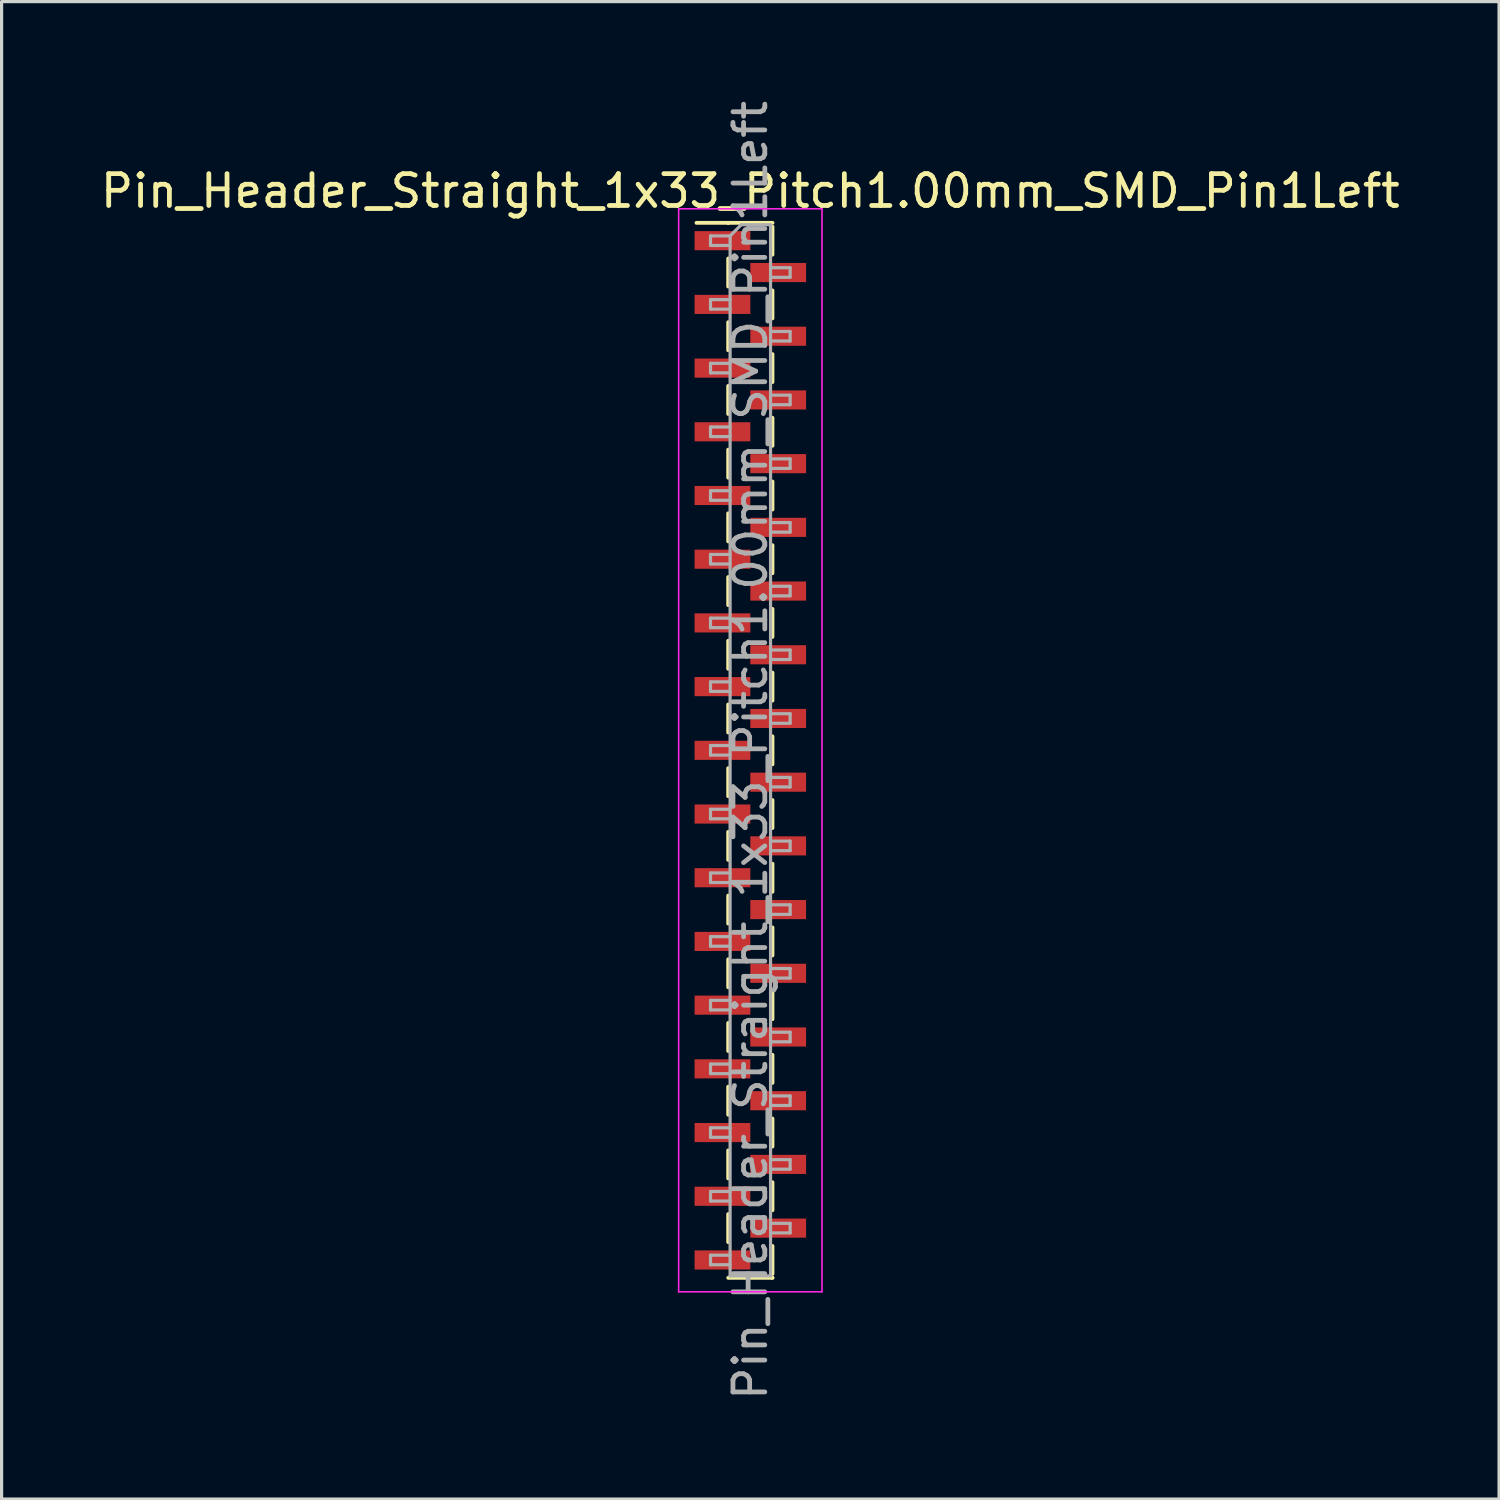
<source format=kicad_pcb>
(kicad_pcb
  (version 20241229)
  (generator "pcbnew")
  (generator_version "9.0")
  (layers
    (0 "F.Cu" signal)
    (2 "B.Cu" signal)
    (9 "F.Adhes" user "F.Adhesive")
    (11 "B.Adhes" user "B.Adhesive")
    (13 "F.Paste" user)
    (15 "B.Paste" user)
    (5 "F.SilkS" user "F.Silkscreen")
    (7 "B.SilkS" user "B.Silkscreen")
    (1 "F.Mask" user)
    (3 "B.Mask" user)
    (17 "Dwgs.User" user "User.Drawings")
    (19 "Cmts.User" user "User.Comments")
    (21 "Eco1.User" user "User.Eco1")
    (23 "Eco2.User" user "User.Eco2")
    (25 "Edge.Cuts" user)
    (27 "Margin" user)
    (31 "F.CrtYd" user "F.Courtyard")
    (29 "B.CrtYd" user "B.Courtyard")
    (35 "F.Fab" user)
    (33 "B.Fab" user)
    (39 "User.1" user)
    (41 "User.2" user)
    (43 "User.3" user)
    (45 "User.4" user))
  (footprint "Pin_Header_Straight_1x33_Pitch1.00mm_SMD_Pin1Left"
    (layer "F.Cu")
    (at 20.506 20.506)
    (property "Reference" "Pin_Header_Straight_1x33_Pitch1.00mm_SMD_Pin1Left" (at 0 -17.56 0) (layer "F.SilkS") (effects (font (size 1 1) (thickness 0.15))))
    (attr smd)
    (fp_line (start -0.695 -16.56) (end -1.69 -16.56) (stroke (width 0.12) (type solid)) (layer "F.SilkS"))
    (fp_line (start -0.695 -16.56) (end -0.695 -16.56) (stroke (width 0.12) (type solid)) (layer "F.SilkS"))
    (fp_line (start -0.695 -16.56) (end 0.695 -16.56) (stroke (width 0.12) (type solid)) (layer "F.SilkS"))
    (fp_line (start -0.695 -15.44) (end -0.695 -14.56) (stroke (width 0.12) (type solid)) (layer "F.SilkS"))
    (fp_line (start -0.695 -13.44) (end -0.695 -12.56) (stroke (width 0.12) (type solid)) (layer "F.SilkS"))
    (fp_line (start -0.695 -11.44) (end -0.695 -10.56) (stroke (width 0.12) (type solid)) (layer "F.SilkS"))
    (fp_line (start -0.695 -9.44) (end -0.695 -8.56) (stroke (width 0.12) (type solid)) (layer "F.SilkS"))
    (fp_line (start -0.695 -7.44) (end -0.695 -6.56) (stroke (width 0.12) (type solid)) (layer "F.SilkS"))
    (fp_line (start -0.695 -5.44) (end -0.695 -4.56) (stroke (width 0.12) (type solid)) (layer "F.SilkS"))
    (fp_line (start -0.695 -3.44) (end -0.695 -2.56) (stroke (width 0.12) (type solid)) (layer "F.SilkS"))
    (fp_line (start -0.695 -1.44) (end -0.695 -0.56) (stroke (width 0.12) (type solid)) (layer "F.SilkS"))
    (fp_line (start -0.695 0.56) (end -0.695 1.44) (stroke (width 0.12) (type solid)) (layer "F.SilkS"))
    (fp_line (start -0.695 2.56) (end -0.695 3.44) (stroke (width 0.12) (type solid)) (layer "F.SilkS"))
    (fp_line (start -0.695 4.56) (end -0.695 5.44) (stroke (width 0.12) (type solid)) (layer "F.SilkS"))
    (fp_line (start -0.695 6.56) (end -0.695 7.44) (stroke (width 0.12) (type solid)) (layer "F.SilkS"))
    (fp_line (start -0.695 8.56) (end -0.695 9.44) (stroke (width 0.12) (type solid)) (layer "F.SilkS"))
    (fp_line (start -0.695 10.56) (end -0.695 11.44) (stroke (width 0.12) (type solid)) (layer "F.SilkS"))
    (fp_line (start -0.695 12.56) (end -0.695 13.44) (stroke (width 0.12) (type solid)) (layer "F.SilkS"))
    (fp_line (start -0.695 14.56) (end -0.695 15.44) (stroke (width 0.12) (type solid)) (layer "F.SilkS"))
    (fp_line (start -0.695 16.56) (end 0.695 16.56) (stroke (width 0.12) (type solid)) (layer "F.SilkS"))
    (fp_line (start 0.695 -16.44) (end 0.695 -15.56) (stroke (width 0.12) (type solid)) (layer "F.SilkS"))
    (fp_line (start 0.695 -14.44) (end 0.695 -13.56) (stroke (width 0.12) (type solid)) (layer "F.SilkS"))
    (fp_line (start 0.695 -12.44) (end 0.695 -11.56) (stroke (width 0.12) (type solid)) (layer "F.SilkS"))
    (fp_line (start 0.695 -10.44) (end 0.695 -9.56) (stroke (width 0.12) (type solid)) (layer "F.SilkS"))
    (fp_line (start 0.695 -8.44) (end 0.695 -7.56) (stroke (width 0.12) (type solid)) (layer "F.SilkS"))
    (fp_line (start 0.695 -6.44) (end 0.695 -5.56) (stroke (width 0.12) (type solid)) (layer "F.SilkS"))
    (fp_line (start 0.695 -4.44) (end 0.695 -3.56) (stroke (width 0.12) (type solid)) (layer "F.SilkS"))
    (fp_line (start 0.695 -2.44) (end 0.695 -1.56) (stroke (width 0.12) (type solid)) (layer "F.SilkS"))
    (fp_line (start 0.695 -0.44) (end 0.695 0.44) (stroke (width 0.12) (type solid)) (layer "F.SilkS"))
    (fp_line (start 0.695 1.56) (end 0.695 2.44) (stroke (width 0.12) (type solid)) (layer "F.SilkS"))
    (fp_line (start 0.695 3.56) (end 0.695 4.44) (stroke (width 0.12) (type solid)) (layer "F.SilkS"))
    (fp_line (start 0.695 5.56) (end 0.695 6.44) (stroke (width 0.12) (type solid)) (layer "F.SilkS"))
    (fp_line (start 0.695 7.56) (end 0.695 8.44) (stroke (width 0.12) (type solid)) (layer "F.SilkS"))
    (fp_line (start 0.695 9.56) (end 0.695 10.44) (stroke (width 0.12) (type solid)) (layer "F.SilkS"))
    (fp_line (start 0.695 11.56) (end 0.695 12.44) (stroke (width 0.12) (type solid)) (layer "F.SilkS"))
    (fp_line (start 0.695 13.56) (end 0.695 14.44) (stroke (width 0.12) (type solid)) (layer "F.SilkS"))
    (fp_line (start 0.695 15.56) (end 0.695 16.44) (stroke (width 0.12) (type solid)) (layer "F.SilkS"))
    (fp_line (start 0.695 16.56) (end 0.695 16.56) (stroke (width 0.12) (type solid)) (layer "F.SilkS"))
    (fp_line (start -2.25 -17) (end -2.25 17) (stroke (width 0.05) (type solid)) (layer "F.CrtYd"))
    (fp_line (start -2.25 17) (end 2.25 17) (stroke (width 0.05) (type solid)) (layer "F.CrtYd"))
    (fp_line (start 2.25 -17) (end -2.25 -17) (stroke (width 0.05) (type solid)) (layer "F.CrtYd"))
    (fp_line (start 2.25 17) (end 2.25 -17) (stroke (width 0.05) (type solid)) (layer "F.CrtYd"))
    (fp_line (start -1.25 -16.15) (end -1.25 -15.85) (stroke (width 0.1) (type solid)) (layer "F.Fab"))
    (fp_line (start -1.25 -15.85) (end -0.635 -15.85) (stroke (width 0.1) (type solid)) (layer "F.Fab"))
    (fp_line (start -1.25 -14.15) (end -1.25 -13.85) (stroke (width 0.1) (type solid)) (layer "F.Fab"))
    (fp_line (start -1.25 -13.85) (end -0.635 -13.85) (stroke (width 0.1) (type solid)) (layer "F.Fab"))
    (fp_line (start -1.25 -12.15) (end -1.25 -11.85) (stroke (width 0.1) (type solid)) (layer "F.Fab"))
    (fp_line (start -1.25 -11.85) (end -0.635 -11.85) (stroke (width 0.1) (type solid)) (layer "F.Fab"))
    (fp_line (start -1.25 -10.15) (end -1.25 -9.85) (stroke (width 0.1) (type solid)) (layer "F.Fab"))
    (fp_line (start -1.25 -9.85) (end -0.635 -9.85) (stroke (width 0.1) (type solid)) (layer "F.Fab"))
    (fp_line (start -1.25 -8.15) (end -1.25 -7.85) (stroke (width 0.1) (type solid)) (layer "F.Fab"))
    (fp_line (start -1.25 -7.85) (end -0.635 -7.85) (stroke (width 0.1) (type solid)) (layer "F.Fab"))
    (fp_line (start -1.25 -6.15) (end -1.25 -5.85) (stroke (width 0.1) (type solid)) (layer "F.Fab"))
    (fp_line (start -1.25 -5.85) (end -0.635 -5.85) (stroke (width 0.1) (type solid)) (layer "F.Fab"))
    (fp_line (start -1.25 -4.15) (end -1.25 -3.85) (stroke (width 0.1) (type solid)) (layer "F.Fab"))
    (fp_line (start -1.25 -3.85) (end -0.635 -3.85) (stroke (width 0.1) (type solid)) (layer "F.Fab"))
    (fp_line (start -1.25 -2.15) (end -1.25 -1.85) (stroke (width 0.1) (type solid)) (layer "F.Fab"))
    (fp_line (start -1.25 -1.85) (end -0.635 -1.85) (stroke (width 0.1) (type solid)) (layer "F.Fab"))
    (fp_line (start -1.25 -0.15) (end -1.25 0.15) (stroke (width 0.1) (type solid)) (layer "F.Fab"))
    (fp_line (start -1.25 0.15) (end -0.635 0.15) (stroke (width 0.1) (type solid)) (layer "F.Fab"))
    (fp_line (start -1.25 1.85) (end -1.25 2.15) (stroke (width 0.1) (type solid)) (layer "F.Fab"))
    (fp_line (start -1.25 2.15) (end -0.635 2.15) (stroke (width 0.1) (type solid)) (layer "F.Fab"))
    (fp_line (start -1.25 3.85) (end -1.25 4.15) (stroke (width 0.1) (type solid)) (layer "F.Fab"))
    (fp_line (start -1.25 4.15) (end -0.635 4.15) (stroke (width 0.1) (type solid)) (layer "F.Fab"))
    (fp_line (start -1.25 5.85) (end -1.25 6.15) (stroke (width 0.1) (type solid)) (layer "F.Fab"))
    (fp_line (start -1.25 6.15) (end -0.635 6.15) (stroke (width 0.1) (type solid)) (layer "F.Fab"))
    (fp_line (start -1.25 7.85) (end -1.25 8.15) (stroke (width 0.1) (type solid)) (layer "F.Fab"))
    (fp_line (start -1.25 8.15) (end -0.635 8.15) (stroke (width 0.1) (type solid)) (layer "F.Fab"))
    (fp_line (start -1.25 9.85) (end -1.25 10.15) (stroke (width 0.1) (type solid)) (layer "F.Fab"))
    (fp_line (start -1.25 10.15) (end -0.635 10.15) (stroke (width 0.1) (type solid)) (layer "F.Fab"))
    (fp_line (start -1.25 11.85) (end -1.25 12.15) (stroke (width 0.1) (type solid)) (layer "F.Fab"))
    (fp_line (start -1.25 12.15) (end -0.635 12.15) (stroke (width 0.1) (type solid)) (layer "F.Fab"))
    (fp_line (start -1.25 13.85) (end -1.25 14.15) (stroke (width 0.1) (type solid)) (layer "F.Fab"))
    (fp_line (start -1.25 14.15) (end -0.635 14.15) (stroke (width 0.1) (type solid)) (layer "F.Fab"))
    (fp_line (start -1.25 15.85) (end -1.25 16.15) (stroke (width 0.1) (type solid)) (layer "F.Fab"))
    (fp_line (start -1.25 16.15) (end -0.635 16.15) (stroke (width 0.1) (type solid)) (layer "F.Fab"))
    (fp_line (start -0.635 -16.15) (end -1.25 -16.15) (stroke (width 0.1) (type solid)) (layer "F.Fab"))
    (fp_line (start -0.635 -16.15) (end -0.285 -16.5) (stroke (width 0.1) (type solid)) (layer "F.Fab"))
    (fp_line (start -0.635 -14.15) (end -1.25 -14.15) (stroke (width 0.1) (type solid)) (layer "F.Fab"))
    (fp_line (start -0.635 -12.15) (end -1.25 -12.15) (stroke (width 0.1) (type solid)) (layer "F.Fab"))
    (fp_line (start -0.635 -10.15) (end -1.25 -10.15) (stroke (width 0.1) (type solid)) (layer "F.Fab"))
    (fp_line (start -0.635 -8.15) (end -1.25 -8.15) (stroke (width 0.1) (type solid)) (layer "F.Fab"))
    (fp_line (start -0.635 -6.15) (end -1.25 -6.15) (stroke (width 0.1) (type solid)) (layer "F.Fab"))
    (fp_line (start -0.635 -4.15) (end -1.25 -4.15) (stroke (width 0.1) (type solid)) (layer "F.Fab"))
    (fp_line (start -0.635 -2.15) (end -1.25 -2.15) (stroke (width 0.1) (type solid)) (layer "F.Fab"))
    (fp_line (start -0.635 -0.15) (end -1.25 -0.15) (stroke (width 0.1) (type solid)) (layer "F.Fab"))
    (fp_line (start -0.635 1.85) (end -1.25 1.85) (stroke (width 0.1) (type solid)) (layer "F.Fab"))
    (fp_line (start -0.635 3.85) (end -1.25 3.85) (stroke (width 0.1) (type solid)) (layer "F.Fab"))
    (fp_line (start -0.635 5.85) (end -1.25 5.85) (stroke (width 0.1) (type solid)) (layer "F.Fab"))
    (fp_line (start -0.635 7.85) (end -1.25 7.85) (stroke (width 0.1) (type solid)) (layer "F.Fab"))
    (fp_line (start -0.635 9.85) (end -1.25 9.85) (stroke (width 0.1) (type solid)) (layer "F.Fab"))
    (fp_line (start -0.635 11.85) (end -1.25 11.85) (stroke (width 0.1) (type solid)) (layer "F.Fab"))
    (fp_line (start -0.635 13.85) (end -1.25 13.85) (stroke (width 0.1) (type solid)) (layer "F.Fab"))
    (fp_line (start -0.635 15.85) (end -1.25 15.85) (stroke (width 0.1) (type solid)) (layer "F.Fab"))
    (fp_line (start -0.635 16.5) (end -0.635 -16.15) (stroke (width 0.1) (type solid)) (layer "F.Fab"))
    (fp_line (start -0.285 -16.5) (end 0.635 -16.5) (stroke (width 0.1) (type solid)) (layer "F.Fab"))
    (fp_line (start 0.635 -16.5) (end 0.635 16.5) (stroke (width 0.1) (type solid)) (layer "F.Fab"))
    (fp_line (start 0.635 -15.15) (end 1.25 -15.15) (stroke (width 0.1) (type solid)) (layer "F.Fab"))
    (fp_line (start 0.635 -13.15) (end 1.25 -13.15) (stroke (width 0.1) (type solid)) (layer "F.Fab"))
    (fp_line (start 0.635 -11.15) (end 1.25 -11.15) (stroke (width 0.1) (type solid)) (layer "F.Fab"))
    (fp_line (start 0.635 -9.15) (end 1.25 -9.15) (stroke (width 0.1) (type solid)) (layer "F.Fab"))
    (fp_line (start 0.635 -7.15) (end 1.25 -7.15) (stroke (width 0.1) (type solid)) (layer "F.Fab"))
    (fp_line (start 0.635 -5.15) (end 1.25 -5.15) (stroke (width 0.1) (type solid)) (layer "F.Fab"))
    (fp_line (start 0.635 -3.15) (end 1.25 -3.15) (stroke (width 0.1) (type solid)) (layer "F.Fab"))
    (fp_line (start 0.635 -1.15) (end 1.25 -1.15) (stroke (width 0.1) (type solid)) (layer "F.Fab"))
    (fp_line (start 0.635 0.85) (end 1.25 0.85) (stroke (width 0.1) (type solid)) (layer "F.Fab"))
    (fp_line (start 0.635 2.85) (end 1.25 2.85) (stroke (width 0.1) (type solid)) (layer "F.Fab"))
    (fp_line (start 0.635 4.85) (end 1.25 4.85) (stroke (width 0.1) (type solid)) (layer "F.Fab"))
    (fp_line (start 0.635 6.85) (end 1.25 6.85) (stroke (width 0.1) (type solid)) (layer "F.Fab"))
    (fp_line (start 0.635 8.85) (end 1.25 8.85) (stroke (width 0.1) (type solid)) (layer "F.Fab"))
    (fp_line (start 0.635 10.85) (end 1.25 10.85) (stroke (width 0.1) (type solid)) (layer "F.Fab"))
    (fp_line (start 0.635 12.85) (end 1.25 12.85) (stroke (width 0.1) (type solid)) (layer "F.Fab"))
    (fp_line (start 0.635 14.85) (end 1.25 14.85) (stroke (width 0.1) (type solid)) (layer "F.Fab"))
    (fp_line (start 0.635 16.5) (end -0.635 16.5) (stroke (width 0.1) (type solid)) (layer "F.Fab"))
    (fp_line (start 1.25 -15.15) (end 1.25 -14.85) (stroke (width 0.1) (type solid)) (layer "F.Fab"))
    (fp_line (start 1.25 -14.85) (end 0.635 -14.85) (stroke (width 0.1) (type solid)) (layer "F.Fab"))
    (fp_line (start 1.25 -13.15) (end 1.25 -12.85) (stroke (width 0.1) (type solid)) (layer "F.Fab"))
    (fp_line (start 1.25 -12.85) (end 0.635 -12.85) (stroke (width 0.1) (type solid)) (layer "F.Fab"))
    (fp_line (start 1.25 -11.15) (end 1.25 -10.85) (stroke (width 0.1) (type solid)) (layer "F.Fab"))
    (fp_line (start 1.25 -10.85) (end 0.635 -10.85) (stroke (width 0.1) (type solid)) (layer "F.Fab"))
    (fp_line (start 1.25 -9.15) (end 1.25 -8.85) (stroke (width 0.1) (type solid)) (layer "F.Fab"))
    (fp_line (start 1.25 -8.85) (end 0.635 -8.85) (stroke (width 0.1) (type solid)) (layer "F.Fab"))
    (fp_line (start 1.25 -7.15) (end 1.25 -6.85) (stroke (width 0.1) (type solid)) (layer "F.Fab"))
    (fp_line (start 1.25 -6.85) (end 0.635 -6.85) (stroke (width 0.1) (type solid)) (layer "F.Fab"))
    (fp_line (start 1.25 -5.15) (end 1.25 -4.85) (stroke (width 0.1) (type solid)) (layer "F.Fab"))
    (fp_line (start 1.25 -4.85) (end 0.635 -4.85) (stroke (width 0.1) (type solid)) (layer "F.Fab"))
    (fp_line (start 1.25 -3.15) (end 1.25 -2.85) (stroke (width 0.1) (type solid)) (layer "F.Fab"))
    (fp_line (start 1.25 -2.85) (end 0.635 -2.85) (stroke (width 0.1) (type solid)) (layer "F.Fab"))
    (fp_line (start 1.25 -1.15) (end 1.25 -0.85) (stroke (width 0.1) (type solid)) (layer "F.Fab"))
    (fp_line (start 1.25 -0.85) (end 0.635 -0.85) (stroke (width 0.1) (type solid)) (layer "F.Fab"))
    (fp_line (start 1.25 0.85) (end 1.25 1.15) (stroke (width 0.1) (type solid)) (layer "F.Fab"))
    (fp_line (start 1.25 1.15) (end 0.635 1.15) (stroke (width 0.1) (type solid)) (layer "F.Fab"))
    (fp_line (start 1.25 2.85) (end 1.25 3.15) (stroke (width 0.1) (type solid)) (layer "F.Fab"))
    (fp_line (start 1.25 3.15) (end 0.635 3.15) (stroke (width 0.1) (type solid)) (layer "F.Fab"))
    (fp_line (start 1.25 4.85) (end 1.25 5.15) (stroke (width 0.1) (type solid)) (layer "F.Fab"))
    (fp_line (start 1.25 5.15) (end 0.635 5.15) (stroke (width 0.1) (type solid)) (layer "F.Fab"))
    (fp_line (start 1.25 6.85) (end 1.25 7.15) (stroke (width 0.1) (type solid)) (layer "F.Fab"))
    (fp_line (start 1.25 7.15) (end 0.635 7.15) (stroke (width 0.1) (type solid)) (layer "F.Fab"))
    (fp_line (start 1.25 8.85) (end 1.25 9.15) (stroke (width 0.1) (type solid)) (layer "F.Fab"))
    (fp_line (start 1.25 9.15) (end 0.635 9.15) (stroke (width 0.1) (type solid)) (layer "F.Fab"))
    (fp_line (start 1.25 10.85) (end 1.25 11.15) (stroke (width 0.1) (type solid)) (layer "F.Fab"))
    (fp_line (start 1.25 11.15) (end 0.635 11.15) (stroke (width 0.1) (type solid)) (layer "F.Fab"))
    (fp_line (start 1.25 12.85) (end 1.25 13.15) (stroke (width 0.1) (type solid)) (layer "F.Fab"))
    (fp_line (start 1.25 13.15) (end 0.635 13.15) (stroke (width 0.1) (type solid)) (layer "F.Fab"))
    (fp_line (start 1.25 14.85) (end 1.25 15.15) (stroke (width 0.1) (type solid)) (layer "F.Fab"))
    (fp_line (start 1.25 15.15) (end 0.635 15.15) (stroke (width 0.1) (type solid)) (layer "F.Fab"))
    (fp_text user "${REFERENCE}" (at 0 0 90) (layer "F.Fab") (effects (font (size 1 1) (thickness 0.15))))
    (pad "1" smd rect (at -0.875 -16) (size 1.75 0.6) (layers "F.Cu" "F.Mask" "F.Paste"))
    (pad "2" smd rect (at 0.875 -15) (size 1.75 0.6) (layers "F.Cu" "F.Mask" "F.Paste"))
    (pad "3" smd rect (at -0.875 -14) (size 1.75 0.6) (layers "F.Cu" "F.Mask" "F.Paste"))
    (pad "4" smd rect (at 0.875 -13) (size 1.75 0.6) (layers "F.Cu" "F.Mask" "F.Paste"))
    (pad "5" smd rect (at -0.875 -12) (size 1.75 0.6) (layers "F.Cu" "F.Mask" "F.Paste"))
    (pad "6" smd rect (at 0.875 -11) (size 1.75 0.6) (layers "F.Cu" "F.Mask" "F.Paste"))
    (pad "7" smd rect (at -0.875 -10) (size 1.75 0.6) (layers "F.Cu" "F.Mask" "F.Paste"))
    (pad "8" smd rect (at 0.875 -9) (size 1.75 0.6) (layers "F.Cu" "F.Mask" "F.Paste"))
    (pad "9" smd rect (at -0.875 -8) (size 1.75 0.6) (layers "F.Cu" "F.Mask" "F.Paste"))
    (pad "10" smd rect (at 0.875 -7) (size 1.75 0.6) (layers "F.Cu" "F.Mask" "F.Paste"))
    (pad "11" smd rect (at -0.875 -6) (size 1.75 0.6) (layers "F.Cu" "F.Mask" "F.Paste"))
    (pad "12" smd rect (at 0.875 -5) (size 1.75 0.6) (layers "F.Cu" "F.Mask" "F.Paste"))
    (pad "13" smd rect (at -0.875 -4) (size 1.75 0.6) (layers "F.Cu" "F.Mask" "F.Paste"))
    (pad "14" smd rect (at 0.875 -3) (size 1.75 0.6) (layers "F.Cu" "F.Mask" "F.Paste"))
    (pad "15" smd rect (at -0.875 -2) (size 1.75 0.6) (layers "F.Cu" "F.Mask" "F.Paste"))
    (pad "16" smd rect (at 0.875 -1) (size 1.75 0.6) (layers "F.Cu" "F.Mask" "F.Paste"))
    (pad "17" smd rect (at -0.875 0) (size 1.75 0.6) (layers "F.Cu" "F.Mask" "F.Paste"))
    (pad "18" smd rect (at 0.875 1) (size 1.75 0.6) (layers "F.Cu" "F.Mask" "F.Paste"))
    (pad "19" smd rect (at -0.875 2) (size 1.75 0.6) (layers "F.Cu" "F.Mask" "F.Paste"))
    (pad "20" smd rect (at 0.875 3) (size 1.75 0.6) (layers "F.Cu" "F.Mask" "F.Paste"))
    (pad "21" smd rect (at -0.875 4) (size 1.75 0.6) (layers "F.Cu" "F.Mask" "F.Paste"))
    (pad "22" smd rect (at 0.875 5) (size 1.75 0.6) (layers "F.Cu" "F.Mask" "F.Paste"))
    (pad "23" smd rect (at -0.875 6) (size 1.75 0.6) (layers "F.Cu" "F.Mask" "F.Paste"))
    (pad "24" smd rect (at 0.875 7) (size 1.75 0.6) (layers "F.Cu" "F.Mask" "F.Paste"))
    (pad "25" smd rect (at -0.875 8) (size 1.75 0.6) (layers "F.Cu" "F.Mask" "F.Paste"))
    (pad "26" smd rect (at 0.875 9) (size 1.75 0.6) (layers "F.Cu" "F.Mask" "F.Paste"))
    (pad "27" smd rect (at -0.875 10) (size 1.75 0.6) (layers "F.Cu" "F.Mask" "F.Paste"))
    (pad "28" smd rect (at 0.875 11) (size 1.75 0.6) (layers "F.Cu" "F.Mask" "F.Paste"))
    (pad "29" smd rect (at -0.875 12) (size 1.75 0.6) (layers "F.Cu" "F.Mask" "F.Paste"))
    (pad "30" smd rect (at 0.875 13) (size 1.75 0.6) (layers "F.Cu" "F.Mask" "F.Paste"))
    (pad "31" smd rect (at -0.875 14) (size 1.75 0.6) (layers "F.Cu" "F.Mask" "F.Paste"))
    (pad "32" smd rect (at 0.875 15) (size 1.75 0.6) (layers "F.Cu" "F.Mask" "F.Paste"))
    (pad "33" smd rect (at -0.875 16) (size 1.75 0.6) (layers "F.Cu" "F.Mask" "F.Paste")))
  (gr_rect
    (start -3 -3)
    (end 44.012 44.012)
    (stroke (width 0.1) (type default))
    (fill no)
    (layer "Edge.Cuts")))
</source>
